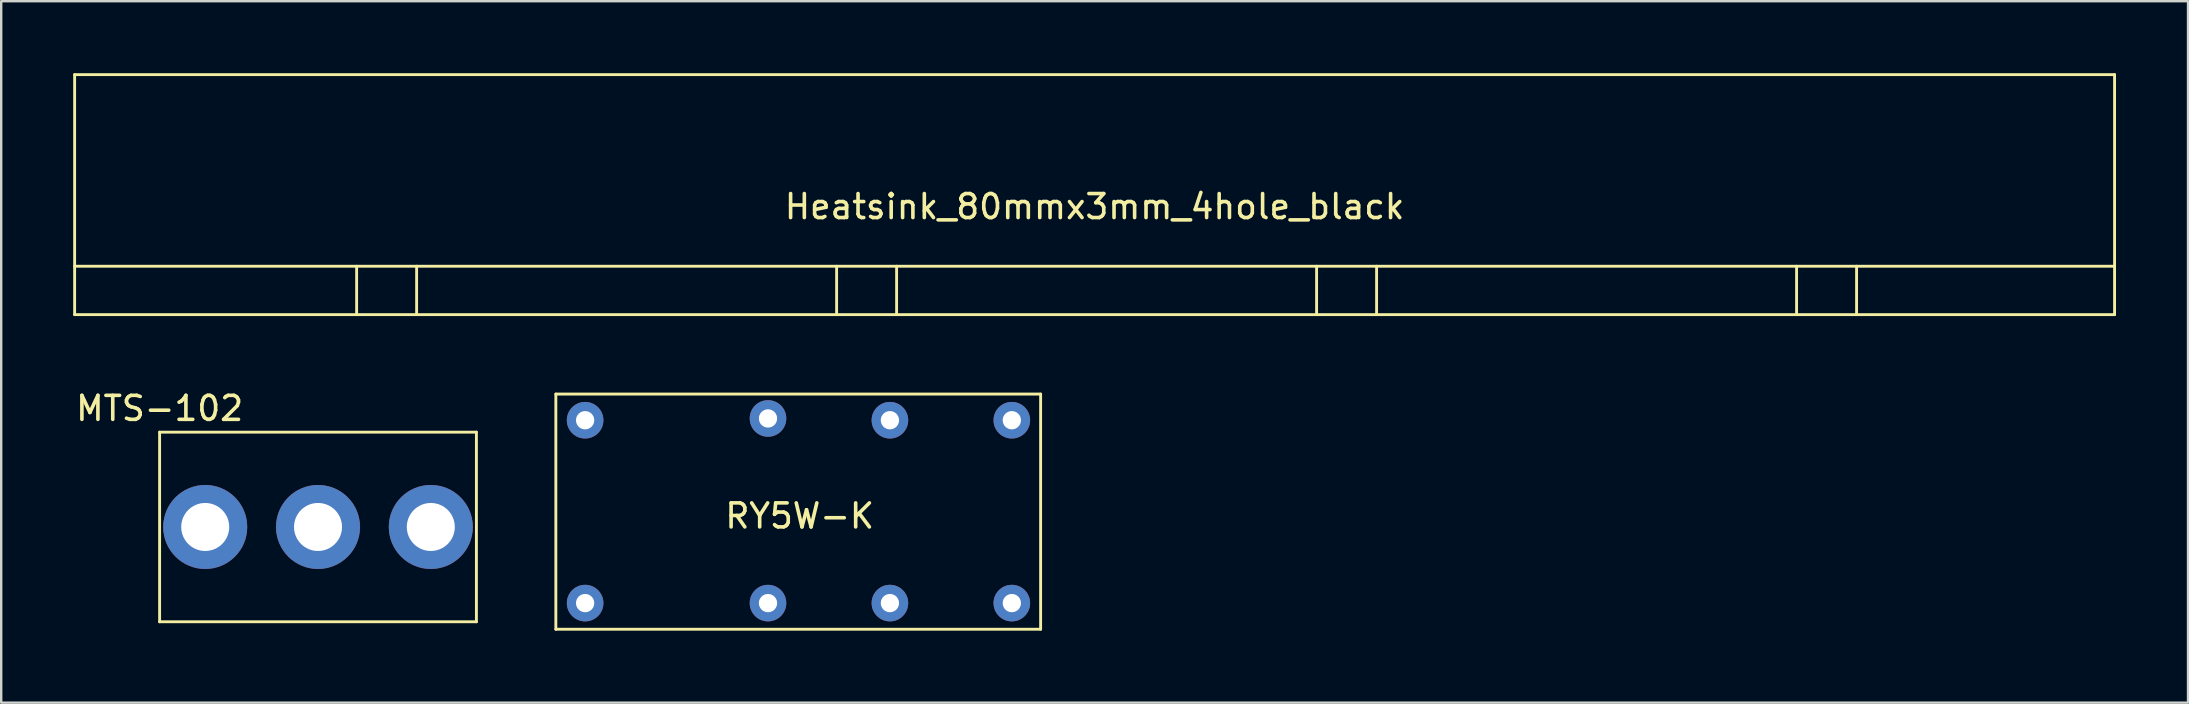
<source format=kicad_pcb>
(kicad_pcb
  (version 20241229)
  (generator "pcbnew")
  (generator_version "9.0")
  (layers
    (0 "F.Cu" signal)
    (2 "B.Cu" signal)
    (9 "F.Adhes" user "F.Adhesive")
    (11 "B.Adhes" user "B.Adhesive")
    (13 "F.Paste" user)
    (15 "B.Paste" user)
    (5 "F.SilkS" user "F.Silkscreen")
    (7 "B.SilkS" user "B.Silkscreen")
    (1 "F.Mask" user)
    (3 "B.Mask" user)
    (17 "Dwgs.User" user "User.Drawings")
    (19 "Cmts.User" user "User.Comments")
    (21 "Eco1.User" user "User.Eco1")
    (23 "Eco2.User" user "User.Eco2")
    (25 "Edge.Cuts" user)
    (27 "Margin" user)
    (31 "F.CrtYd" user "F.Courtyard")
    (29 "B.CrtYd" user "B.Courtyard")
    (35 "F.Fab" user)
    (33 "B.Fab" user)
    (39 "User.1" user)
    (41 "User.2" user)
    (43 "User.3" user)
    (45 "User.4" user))
  (footprint "MTS-102"
    (layer "F.Cu")
    (at 3.601 22.858)
    (property "Reference" "MTS-102" (at 0 -8.89 0) (layer "F.SilkS") (effects (font (size 1 1) (thickness 0.15))))
    (attr through_hole)
    (fp_line (start 0 -7.9) (end 13.2 -7.9) (stroke (width 0.12) (type solid)) (layer "F.SilkS"))
    (fp_line (start 0 0) (end 0 -7.9) (stroke (width 0.12) (type solid)) (layer "F.SilkS"))
    (fp_line (start 0 0) (end 13.2 0) (stroke (width 0.12) (type solid)) (layer "F.SilkS"))
    (fp_line (start 13.2 -7.9) (end 13.2 0) (stroke (width 0.12) (type solid)) (layer "F.SilkS"))
    (pad "1" thru_hole circle (at 1.9 -3.95) (size 3.5 3.5) (drill 2) (layers "*.Cu" "*.Mask"))
    (pad "2" thru_hole circle (at 6.6 -3.95) (size 3.5 3.5) (drill 2) (layers "*.Cu" "*.Mask"))
    (pad "3" thru_hole circle (at 11.3 -3.95) (size 3.5 3.5) (drill 2) (layers "*.Cu" "*.Mask")))
  (footprint "RY5W-K"
    (layer "F.Cu")
    (at 20.111 13.37)
    (property "Reference" "RY5W-K" (at 10.16 5.08 0) (layer "F.SilkS") (effects (font (size 1 1) (thickness 0.15))))
    (attr through_hole)
    (fp_line (start 0 0) (end 0 9.8) (stroke (width 0.12) (type solid)) (layer "F.SilkS"))
    (fp_line (start 0 0) (end 20.2 0) (stroke (width 0.12) (type solid)) (layer "F.SilkS"))
    (fp_line (start 0 9.8) (end 20.2 9.8) (stroke (width 0.12) (type solid)) (layer "F.SilkS"))
    (fp_line (start 20.2 0) (end 20.2 9.8) (stroke (width 0.12) (type solid)) (layer "F.SilkS"))
    (pad "1" thru_hole circle (at 1.22 1.09) (size 1.524 1.524) (drill 0.762) (layers "*.Cu" "*.Mask"))
    (pad "4" thru_hole circle (at 8.84 1.016) (size 1.524 1.524) (drill 0.762) (layers "*.Cu" "*.Mask"))
    (pad "6" thru_hole circle (at 13.92 1.09) (size 1.524 1.524) (drill 0.762) (layers "*.Cu" "*.Mask"))
    (pad "8" thru_hole circle (at 19 1.09) (size 1.524 1.524) (drill 0.762) (layers "*.Cu" "*.Mask"))
    (pad "9" thru_hole circle (at 19 8.71) (size 1.524 1.524) (drill 0.762) (layers "*.Cu" "*.Mask"))
    (pad "11" thru_hole circle (at 13.92 8.71) (size 1.524 1.524) (drill 0.762) (layers "*.Cu" "*.Mask"))
    (pad "13" thru_hole circle (at 8.84 8.71) (size 1.524 1.524) (drill 0.762) (layers "*.Cu" "*.Mask"))
    (pad "16" thru_hole circle (at 1.22 8.71) (size 1.524 1.524) (drill 0.762) (layers "*.Cu" "*.Mask")))
  (footprint "Heatsink_80mmx3mm_4hole_black"
    (layer "F.Cu")
    (at 42.56 5.06)
    (property "Reference" "Heatsink_80mmx3mm_4hole_black" (at 0 0.5 0) (layer "F.SilkS") (effects (font (size 1 1) (thickness 0.15))))
    (attr through_hole)
    (fp_line (start -42.5 -5) (end -42.5 5) (stroke (width 0.12) (type solid)) (layer "F.SilkS"))
    (fp_line (start -42.5 -5) (end 42.5 -5) (stroke (width 0.12) (type solid)) (layer "F.SilkS"))
    (fp_line (start -42.5 2.984) (end 42.5 2.984) (stroke (width 0.12) (type solid)) (layer "F.SilkS"))
    (fp_line (start -42.5 5) (end 42.5 5) (stroke (width 0.12) (type solid)) (layer "F.SilkS"))
    (fp_line (start -30.75 2.984) (end -30.75 4.984) (stroke (width 0.12) (type solid)) (layer "F.SilkS"))
    (fp_line (start -28.25 2.984) (end -28.25 4.984) (stroke (width 0.12) (type solid)) (layer "F.SilkS"))
    (fp_line (start -10.75 2.984) (end -10.75 4.984) (stroke (width 0.12) (type solid)) (layer "F.SilkS"))
    (fp_line (start -8.25 2.984) (end -8.25 4.984) (stroke (width 0.12) (type solid)) (layer "F.SilkS"))
    (fp_line (start 9.25 2.984) (end 9.25 4.984) (stroke (width 0.12) (type solid)) (layer "F.SilkS"))
    (fp_line (start 11.75 2.984) (end 11.75 4.984) (stroke (width 0.12) (type solid)) (layer "F.SilkS"))
    (fp_line (start 29.25 2.984) (end 29.25 4.984) (stroke (width 0.12) (type solid)) (layer "F.SilkS"))
    (fp_line (start 31.75 2.984) (end 31.75 4.984) (stroke (width 0.12) (type solid)) (layer "F.SilkS"))
    (fp_line (start 42.5 -5) (end 42.5 5) (stroke (width 0.12) (type solid)) (layer "F.SilkS")))
  (gr_rect
    (start -3 -3)
    (end 88.12 26.23)
    (stroke (width 0.1) (type default))
    (fill no)
    (layer "Edge.Cuts")))
</source>
